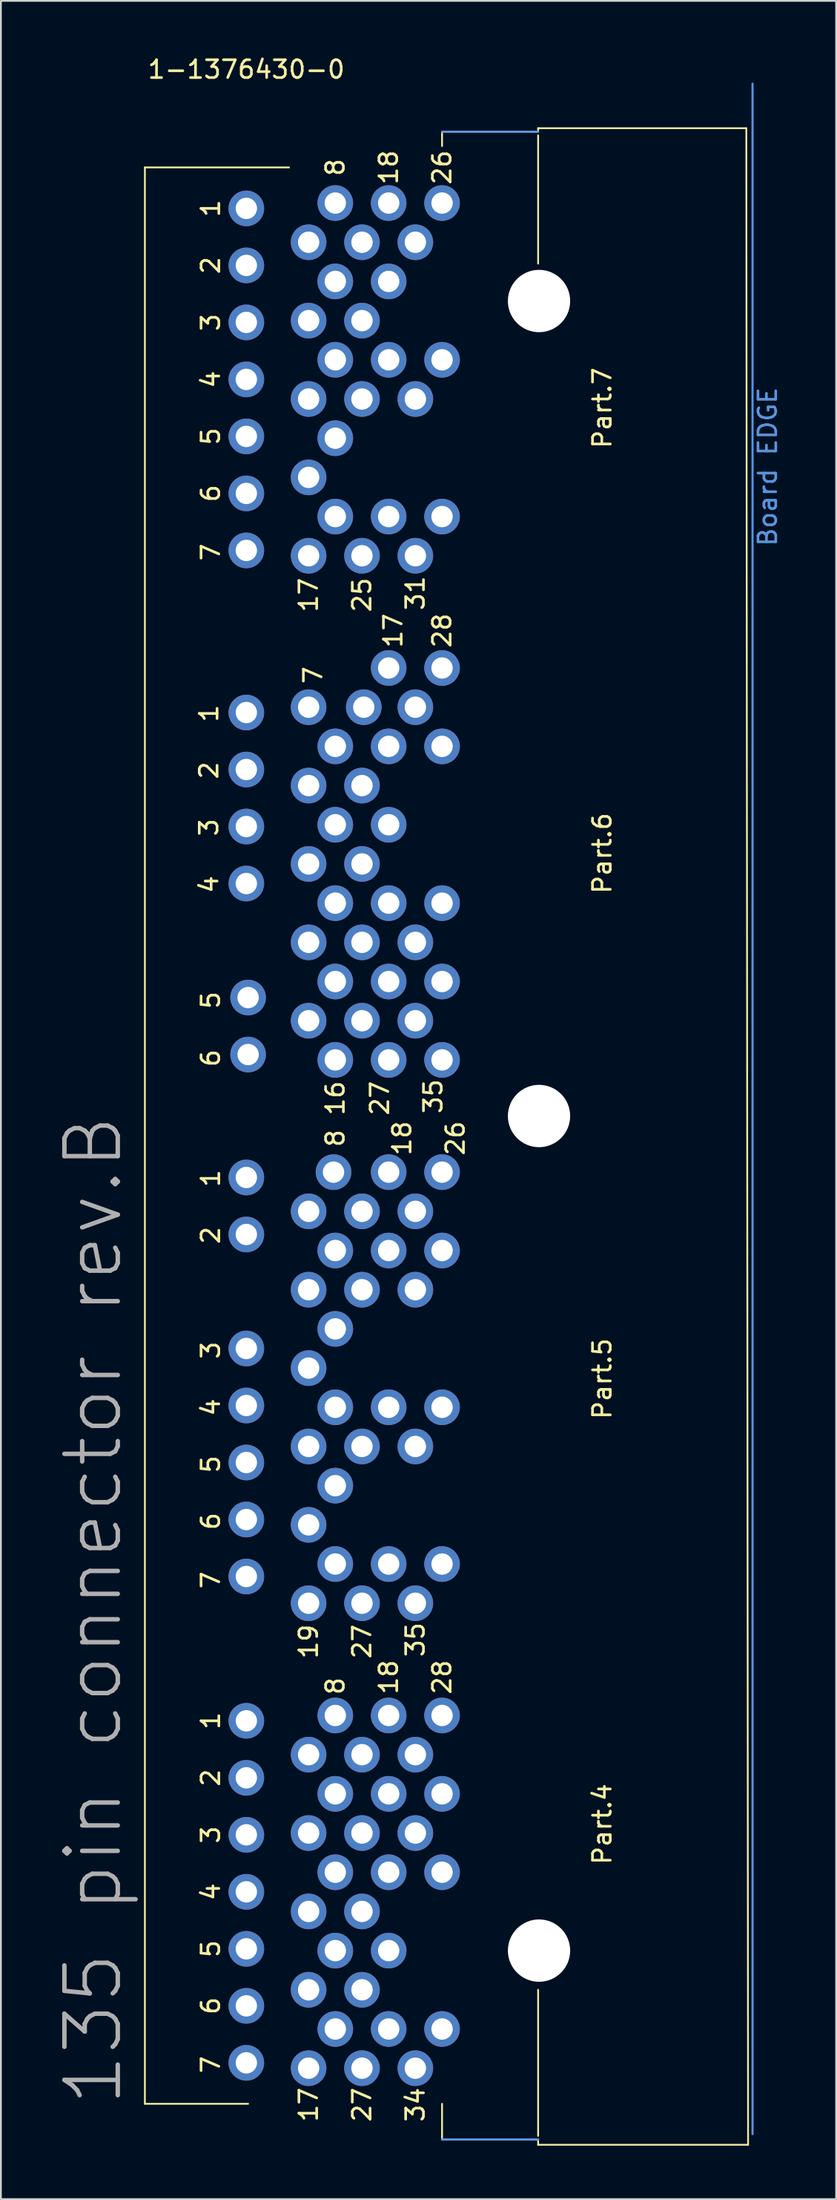
<source format=kicad_pcb>
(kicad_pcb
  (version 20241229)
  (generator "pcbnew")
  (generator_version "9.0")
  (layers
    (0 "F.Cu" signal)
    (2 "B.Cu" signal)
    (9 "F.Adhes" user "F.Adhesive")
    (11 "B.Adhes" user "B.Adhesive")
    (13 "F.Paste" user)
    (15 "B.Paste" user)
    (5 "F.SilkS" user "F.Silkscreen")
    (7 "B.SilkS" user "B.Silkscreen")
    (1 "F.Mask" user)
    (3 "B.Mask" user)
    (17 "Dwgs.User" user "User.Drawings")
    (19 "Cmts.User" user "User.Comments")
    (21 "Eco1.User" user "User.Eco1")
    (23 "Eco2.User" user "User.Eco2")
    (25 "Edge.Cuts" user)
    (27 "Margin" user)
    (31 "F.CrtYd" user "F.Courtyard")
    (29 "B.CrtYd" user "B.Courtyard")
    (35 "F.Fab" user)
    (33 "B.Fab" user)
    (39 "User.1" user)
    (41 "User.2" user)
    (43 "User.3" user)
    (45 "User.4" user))
  (footprint "1-1376430-0"
    (layer "F.Cu")
    (at 10.794 8.348)
    (property "Reference" "1-1376430-0" (at 0 -7.5 0) (layer "F.SilkS") (effects (font (size 1 1) (thickness 0.15))))
    (attr through_hole)
    (fp_line (start -5.7 -2) (end -5.7 106.7) (stroke (width 0.1) (type solid)) (layer "F.SilkS"))
    (fp_line (start -5.7 106.7) (end 0.1 106.7) (stroke (width 0.1) (type solid)) (layer "F.SilkS"))
    (fp_line (start 2.4 -2) (end -5.7 -2) (stroke (width 0.1) (type solid)) (layer "F.SilkS"))
    (fp_line (start 11 -4) (end 16.4 -4) (stroke (width 0.1) (type solid)) (layer "F.SilkS"))
    (fp_line (start 11 -3.2) (end 11 -4) (stroke (width 0.1) (type solid)) (layer "F.SilkS"))
    (fp_line (start 11 106.7) (end 11 108.7) (stroke (width 0.1) (type solid)) (layer "F.SilkS"))
    (fp_line (start 11 108.7) (end 16.4 108.7) (stroke (width 0.1) (type solid)) (layer "F.SilkS"))
    (fp_line (start 16.4 -4.2) (end 16.4 -4) (stroke (width 0.1) (type solid)) (layer "F.SilkS"))
    (fp_line (start 16.4 -3.8) (end 16.4 3.4) (stroke (width 0.1) (type solid)) (layer "F.SilkS"))
    (fp_line (start 16.4 108.5) (end 16.4 100.3) (stroke (width 0.1) (type solid)) (layer "F.SilkS"))
    (fp_line (start 16.4 108.7) (end 16.4 109) (stroke (width 0.1) (type solid)) (layer "F.SilkS"))
    (fp_line (start 16.4 109) (end 28.2 109) (stroke (width 0.1) (type solid)) (layer "F.SilkS"))
    (fp_line (start 28.1 -4.2) (end 16.4 -4.2) (stroke (width 0.1) (type solid)) (layer "F.SilkS"))
    (fp_line (start 28.2 109) (end 28.1 -4.2) (stroke (width 0.1) (type solid)) (layer "F.SilkS"))
    (fp_line (start 11 -4) (end 16.4 -4) (stroke (width 0.12) (type solid)) (layer "Cmts.User"))
    (fp_line (start 11 108.7) (end 16.4 108.7) (stroke (width 0.12) (type solid)) (layer "Cmts.User"))
    (fp_line (start 28.45 -6.7) (end 28.45 108.4) (stroke (width 0.12) (type solid)) (layer "Cmts.User"))
    (fp_text user "35" (at 9.5 80.65 90) (layer "F.SilkS") (effects (font (size 1 1) (thickness 0.15))))
    (fp_text user "8" (at 5 52.5 90) (layer "F.SilkS") (effects (font (size 1 1) (thickness 0.15))))
    (fp_text user "6" (at -2 101.2 90) (layer "F.SilkS") (effects (font (size 1 1) (thickness 0.15))))
    (fp_text user "18" (at 8 -2 90) (layer "F.SilkS") (effects (font (size 1 1) (thickness 0.15))))
    (fp_text user "6" (at -2 74 90) (layer "F.SilkS") (effects (font (size 1 1) (thickness 0.15))))
    (fp_text user "7" (at 3.75 26.5 90) (layer "F.SilkS") (effects (font (size 1 1) (thickness 0.15))))
    (fp_text user "17" (at 3.5 22 90) (layer "F.SilkS") (effects (font (size 1 1) (thickness 0.15))))
    (fp_text user "1" (at -2.1 28.65 90) (layer "F.SilkS") (effects (font (size 1 1) (thickness 0.15))))
    (fp_text user "5" (at -2 44.75 90) (layer "F.SilkS") (effects (font (size 1 1) (thickness 0.15))))
    (fp_text user "1" (at -2 85.2 90) (layer "F.SilkS") (effects (font (size 1 1) (thickness 0.15))))
    (fp_text user "5" (at -2 70.8 90) (layer "F.SilkS") (effects (font (size 1 1) (thickness 0.15))))
    (fp_text user "27" (at 7.5 50.25 90) (layer "F.SilkS") (effects (font (size 1 1) (thickness 0.15))))
    (fp_text user "3" (at -2 6.7 90) (layer "F.SilkS") (effects (font (size 1 1) (thickness 0.15))))
    (fp_text user "3" (at -2.1 35.05 90) (layer "F.SilkS") (effects (font (size 1 1) (thickness 0.15))))
    (fp_text user "Part.7" (at 20 11.5 90) (layer "F.SilkS") (effects (font (size 1 1) (thickness 0.15))))
    (fp_text user "3" (at -2 91.6 90) (layer "F.SilkS") (effects (font (size 1 1) (thickness 0.15))))
    (fp_text user "8" (at 5 -2 90) (layer "F.SilkS") (effects (font (size 1 1) (thickness 0.15))))
    (fp_text user "4" (at -2 67.6 90) (layer "F.SilkS") (effects (font (size 1 1) (thickness 0.15))))
    (fp_text user "8" (at 5 83.25 90) (layer "F.SilkS") (effects (font (size 1 1) (thickness 0.15))))
    (fp_text user "18" (at 8.75 52.5 90) (layer "F.SilkS") (effects (font (size 1 1) (thickness 0.15))))
    (fp_text user "2" (at -2 3.5 90) (layer "F.SilkS") (effects (font (size 1 1) (thickness 0.15))))
    (fp_text user "27" (at 6.5 106.75 90) (layer "F.SilkS") (effects (font (size 1 1) (thickness 0.15))))
    (fp_text user "Part.4" (at 20 91 90) (layer "F.SilkS") (effects (font (size 1 1) (thickness 0.15))))
    (fp_text user "5" (at -2 13.1 90) (layer "F.SilkS") (effects (font (size 1 1) (thickness 0.15))))
    (fp_text user "4" (at -2 94.8 90) (layer "F.SilkS") (effects (font (size 1 1) (thickness 0.15))))
    (fp_text user "17" (at 8.25 24 90) (layer "F.SilkS") (effects (font (size 1 1) (thickness 0.15))))
    (fp_text user "5" (at -2 98 90) (layer "F.SilkS") (effects (font (size 1 1) (thickness 0.15))))
    (fp_text user "28" (at 11 82.75 90) (layer "F.SilkS") (effects (font (size 1 1) (thickness 0.15))))
    (fp_text user "4" (at -2 9.9 90) (layer "F.SilkS") (effects (font (size 1 1) (thickness 0.15))))
    (fp_text user "7" (at -2 104.5 90) (layer "F.SilkS") (effects (font (size 1 1) (thickness 0.15))))
    (fp_text user "34" (at 9.5 106.75 90) (layer "F.SilkS") (effects (font (size 1 1) (thickness 0.15))))
    (fp_text user "18" (at 8 82.75 90) (layer "F.SilkS") (effects (font (size 1 1) (thickness 0.15))))
    (fp_text user "6" (at -2 48 90) (layer "F.SilkS") (effects (font (size 1 1) (thickness 0.15))))
    (fp_text user "26" (at 11 -2 90) (layer "F.SilkS") (effects (font (size 1 1) (thickness 0.15))))
    (fp_text user "35" (at 10.5 50.15 90) (layer "F.SilkS") (effects (font (size 1 1) (thickness 0.15))))
    (fp_text user "19" (at 3.5 80.75 90) (layer "F.SilkS") (effects (font (size 1 1) (thickness 0.15))))
    (fp_text user "1" (at -2 0.3 90) (layer "F.SilkS") (effects (font (size 1 1) (thickness 0.15))))
    (fp_text user "31" (at 9.5 21.9 90) (layer "F.SilkS") (effects (font (size 1 1) (thickness 0.15))))
    (fp_text user "16" (at 5 50.25 90) (layer "F.SilkS") (effects (font (size 1 1) (thickness 0.15))))
    (fp_text user "6" (at -2 16.3 90) (layer "F.SilkS") (effects (font (size 1 1) (thickness 0.15))))
    (fp_text user "7" (at -2 19.6 90) (layer "F.SilkS") (effects (font (size 1 1) (thickness 0.15))))
    (fp_text user "17" (at 3.5 106.75 90) (layer "F.SilkS") (effects (font (size 1 1) (thickness 0.15))))
    (fp_text user "25" (at 6.5 22 90) (layer "F.SilkS") (effects (font (size 1 1) (thickness 0.15))))
    (fp_text user "27" (at 6.5 80.75 90) (layer "F.SilkS") (effects (font (size 1 1) (thickness 0.15))))
    (fp_text user "7" (at -2 77.3 90) (layer "F.SilkS") (effects (font (size 1 1) (thickness 0.15))))
    (fp_text user "2" (at -2 88.4 90) (layer "F.SilkS") (effects (font (size 1 1) (thickness 0.15))))
    (fp_text user "Part.6" (at 20 36.5 90) (layer "F.SilkS") (effects (font (size 1 1) (thickness 0.15))))
    (fp_text user "4" (at -2.1 38.25 90) (layer "F.SilkS") (effects (font (size 1 1) (thickness 0.15))))
    (fp_text user "Part.5" (at 20 66 90) (layer "F.SilkS") (effects (font (size 1 1) (thickness 0.15))))
    (fp_text user "3" (at -2 64.4 90) (layer "F.SilkS") (effects (font (size 1 1) (thickness 0.15))))
    (fp_text user "2" (at -2 57.95 90) (layer "F.SilkS") (effects (font (size 1 1) (thickness 0.15))))
    (fp_text user "2" (at -2.1 31.85 90) (layer "F.SilkS") (effects (font (size 1 1) (thickness 0.15))))
    (fp_text user "1" (at -2 54.75 90) (layer "F.SilkS") (effects (font (size 1 1) (thickness 0.15))))
    (fp_text user "28" (at 11 24 90) (layer "F.SilkS") (effects (font (size 1 1) (thickness 0.15))))
    (fp_text user "26" (at 11.75 52.5 90) (layer "F.SilkS") (effects (font (size 1 1) (thickness 0.15))))
    (fp_text user "Board EDGE" (at 29.3 14.8 90) (layer "Cmts.User") (effects (font (size 1 1) (thickness 0.15))))
    (fp_text user "135 pin connector rev.B" (at -8.6 79 90) (layer "F.Fab") (effects (font (size 3 3) (thickness 0.25))))
    (pad "" np_thru_hole circle (at 16.45 5.5) (size 3.5 3.5) (drill 3.5) (layers "*.Cu" "*.Mask"))
    (pad "" np_thru_hole circle (at 16.45 51.25) (size 3.5 3.5) (drill 3.5) (layers "*.Cu" "*.Mask"))
    (pad "" np_thru_hole circle (at 16.45 98.1) (size 3.5 3.5) (drill 3.5) (layers "*.Cu" "*.Mask"))
    (pad "4-1" thru_hole circle (at 0 85.2) (size 2 2) (drill 1.2) (layers "*.Cu" "*.Mask"))
    (pad "4-2" thru_hole circle (at 0 88.4) (size 2 2) (drill 1.2) (layers "*.Cu" "*.Mask"))
    (pad "4-3" thru_hole circle (at 0 91.6) (size 2 2) (drill 1.2) (layers "*.Cu" "*.Mask"))
    (pad "4-4" thru_hole circle (at 0 94.8) (size 2 2) (drill 1.2) (layers "*.Cu" "*.Mask"))
    (pad "4-5" thru_hole circle (at 0 98) (size 2 2) (drill 1.2) (layers "*.Cu" "*.Mask"))
    (pad "4-6" thru_hole circle (at 0 101.2) (size 2 2) (drill 1.2) (layers "*.Cu" "*.Mask"))
    (pad "4-7" thru_hole circle (at 0 104.4) (size 2 2) (drill 1.2) (layers "*.Cu" "*.Mask"))
    (pad "4-8" thru_hole circle (at 5 84.9) (size 2 2) (drill 1.2) (layers "*.Cu" "*.Mask"))
    (pad "4-9" thru_hole circle (at 3.5 87.1) (size 2 2) (drill 1.2) (layers "*.Cu" "*.Mask"))
    (pad "4-10" thru_hole circle (at 5 89.3) (size 2 2) (drill 1.2) (layers "*.Cu" "*.Mask"))
    (pad "4-11" thru_hole circle (at 3.5 91.5) (size 2 2) (drill 1.2) (layers "*.Cu" "*.Mask"))
    (pad "4-12" thru_hole circle (at 5 93.7) (size 2 2) (drill 1.2) (layers "*.Cu" "*.Mask"))
    (pad "4-13" thru_hole circle (at 3.5 95.9) (size 2 2) (drill 1.2) (layers "*.Cu" "*.Mask"))
    (pad "4-14" thru_hole circle (at 5 98.1) (size 2 2) (drill 1.2) (layers "*.Cu" "*.Mask"))
    (pad "4-15" thru_hole circle (at 3.5 100.3) (size 2 2) (drill 1.2) (layers "*.Cu" "*.Mask"))
    (pad "4-16" thru_hole circle (at 5 102.5) (size 2 2) (drill 1.2) (layers "*.Cu" "*.Mask"))
    (pad "4-17" thru_hole circle (at 3.5 104.7) (size 2 2) (drill 1.2) (layers "*.Cu" "*.Mask"))
    (pad "4-18" thru_hole circle (at 8 84.9) (size 2 2) (drill 1.2) (layers "*.Cu" "*.Mask"))
    (pad "4-19" thru_hole circle (at 6.5 87.1) (size 2 2) (drill 1.2) (layers "*.Cu" "*.Mask"))
    (pad "4-20" thru_hole circle (at 8 89.3) (size 2 2) (drill 1.2) (layers "*.Cu" "*.Mask"))
    (pad "4-21" thru_hole circle (at 6.5 91.5) (size 2 2) (drill 1.2) (layers "*.Cu" "*.Mask"))
    (pad "4-22" thru_hole circle (at 8 93.7) (size 2 2) (drill 1.2) (layers "*.Cu" "*.Mask"))
    (pad "4-23" thru_hole circle (at 6.5 95.9) (size 2 2) (drill 1.2) (layers "*.Cu" "*.Mask"))
    (pad "4-24" thru_hole circle (at 8 98.1) (size 2 2) (drill 1.2) (layers "*.Cu" "*.Mask"))
    (pad "4-25" thru_hole circle (at 6.5 100.3) (size 2 2) (drill 1.2) (layers "*.Cu" "*.Mask"))
    (pad "4-26" thru_hole circle (at 8 102.5) (size 2 2) (drill 1.2) (layers "*.Cu" "*.Mask"))
    (pad "4-27" thru_hole circle (at 6.5 104.7) (size 2 2) (drill 1.2) (layers "*.Cu" "*.Mask"))
    (pad "4-28" thru_hole circle (at 11 84.9) (size 2 2) (drill 1.2) (layers "*.Cu" "*.Mask"))
    (pad "4-29" thru_hole circle (at 9.5 87.1) (size 2 2) (drill 1.2) (layers "*.Cu" "*.Mask"))
    (pad "4-30" thru_hole circle (at 11 89.3) (size 2 2) (drill 1.2) (layers "*.Cu" "*.Mask"))
    (pad "4-31" thru_hole circle (at 9.5 91.5) (size 2 2) (drill 1.2) (layers "*.Cu" "*.Mask"))
    (pad "4-32" thru_hole circle (at 11 93.7) (size 2 2) (drill 1.2) (layers "*.Cu" "*.Mask"))
    (pad "4-33" thru_hole circle (at 11 102.5) (size 2 2) (drill 1.2) (layers "*.Cu" "*.Mask"))
    (pad "4-34" thru_hole circle (at 9.5 104.7) (size 2 2) (drill 1.2) (layers "*.Cu" "*.Mask"))
    (pad "5-1" thru_hole circle (at 0 54.7) (size 2 2) (drill 1.2) (layers "*.Cu" "*.Mask"))
    (pad "5-2" thru_hole circle (at 0 57.9) (size 2 2) (drill 1.2) (layers "*.Cu" "*.Mask"))
    (pad "5-3" thru_hole circle (at 0 64.3) (size 2 2) (drill 1.2) (layers "*.Cu" "*.Mask"))
    (pad "5-4" thru_hole circle (at 0 67.5) (size 2 2) (drill 1.2) (layers "*.Cu" "*.Mask"))
    (pad "5-5" thru_hole circle (at 0 70.7) (size 2 2) (drill 1.2) (layers "*.Cu" "*.Mask"))
    (pad "5-6" thru_hole circle (at 0 73.9) (size 2 2) (drill 1.2) (layers "*.Cu" "*.Mask"))
    (pad "5-7" thru_hole circle (at 0 77.1) (size 2 2) (drill 1.2) (layers "*.Cu" "*.Mask"))
    (pad "5-8" thru_hole circle (at 4.9 54.4) (size 2 2) (drill 1.2) (layers "*.Cu" "*.Mask"))
    (pad "5-9" thru_hole circle (at 3.5 56.6) (size 2 2) (drill 1.2) (layers "*.Cu" "*.Mask"))
    (pad "5-10" thru_hole circle (at 5 58.8) (size 2 2) (drill 1.2) (layers "*.Cu" "*.Mask"))
    (pad "5-11" thru_hole circle (at 3.5 61) (size 2 2) (drill 1.2) (layers "*.Cu" "*.Mask"))
    (pad "5-12" thru_hole circle (at 5 63.2) (size 2 2) (drill 1.2) (layers "*.Cu" "*.Mask"))
    (pad "5-13" thru_hole circle (at 3.5 65.4) (size 2 2) (drill 1.2) (layers "*.Cu" "*.Mask"))
    (pad "5-14" thru_hole circle (at 5 67.6) (size 2 2) (drill 1.2) (layers "*.Cu" "*.Mask"))
    (pad "5-15" thru_hole circle (at 3.5 69.8) (size 2 2) (drill 1.2) (layers "*.Cu" "*.Mask"))
    (pad "5-16" thru_hole circle (at 5 72) (size 2 2) (drill 1.2) (layers "*.Cu" "*.Mask"))
    (pad "5-17" thru_hole circle (at 3.5 74.2) (size 2 2) (drill 1.2) (layers "*.Cu" "*.Mask"))
    (pad "5-18" thru_hole circle (at 5 76.4) (size 2 2) (drill 1.2) (layers "*.Cu" "*.Mask"))
    (pad "5-19" thru_hole circle (at 3.5 78.6) (size 2 2) (drill 1.2) (layers "*.Cu" "*.Mask"))
    (pad "5-20" thru_hole circle (at 8 54.4) (size 2 2) (drill 1.2) (layers "*.Cu" "*.Mask"))
    (pad "5-21" thru_hole circle (at 6.5 56.6) (size 2 2) (drill 1.2) (layers "*.Cu" "*.Mask"))
    (pad "5-22" thru_hole circle (at 8 58.8) (size 2 2) (drill 1.2) (layers "*.Cu" "*.Mask"))
    (pad "5-23" thru_hole circle (at 6.5 61) (size 2 2) (drill 1.2) (layers "*.Cu" "*.Mask"))
    (pad "5-24" thru_hole circle (at 8 67.6) (size 2 2) (drill 1.2) (layers "*.Cu" "*.Mask"))
    (pad "5-25" thru_hole circle (at 6.5 69.8) (size 2 2) (drill 1.2) (layers "*.Cu" "*.Mask"))
    (pad "5-26" thru_hole circle (at 8 76.4) (size 2 2) (drill 1.2) (layers "*.Cu" "*.Mask"))
    (pad "5-27" thru_hole circle (at 6.5 78.6) (size 2 2) (drill 1.2) (layers "*.Cu" "*.Mask"))
    (pad "5-28" thru_hole circle (at 11 54.4) (size 2 2) (drill 1.2) (layers "*.Cu" "*.Mask"))
    (pad "5-29" thru_hole circle (at 9.5 56.6) (size 2 2) (drill 1.2) (layers "*.Cu" "*.Mask"))
    (pad "5-30" thru_hole circle (at 11 58.8) (size 2 2) (drill 1.2) (layers "*.Cu" "*.Mask"))
    (pad "5-31" thru_hole circle (at 9.5 61) (size 2 2) (drill 1.2) (layers "*.Cu" "*.Mask"))
    (pad "5-32" thru_hole circle (at 11 67.6) (size 2 2) (drill 1.2) (layers "*.Cu" "*.Mask"))
    (pad "5-33" thru_hole circle (at 9.5 69.8) (size 2 2) (drill 1.2) (layers "*.Cu" "*.Mask"))
    (pad "5-34" thru_hole circle (at 11 76.4) (size 2 2) (drill 1.2) (layers "*.Cu" "*.Mask"))
    (pad "5-35" thru_hole circle (at 9.5 78.6) (size 2 2) (drill 1.2) (layers "*.Cu" "*.Mask"))
    (pad "6-1" thru_hole circle (at 0 28.6) (size 2 2) (drill 1.2) (layers "*.Cu" "*.Mask"))
    (pad "6-2" thru_hole circle (at 0 31.8) (size 2 2) (drill 1.2) (layers "*.Cu" "*.Mask"))
    (pad "6-3" thru_hole circle (at 0 35) (size 2 2) (drill 1.2) (layers "*.Cu" "*.Mask"))
    (pad "6-4" thru_hole circle (at 0 38.2) (size 2 2) (drill 1.2) (layers "*.Cu" "*.Mask"))
    (pad "6-5" thru_hole circle (at 0.1 44.6) (size 2 2) (drill 1.2) (layers "*.Cu" "*.Mask"))
    (pad "6-6" thru_hole circle (at 0.1 47.8) (size 2 2) (drill 1.2) (layers "*.Cu" "*.Mask"))
    (pad "6-7" thru_hole circle (at 3.5 28.3) (size 2 2) (drill 1.2) (layers "*.Cu" "*.Mask"))
    (pad "6-8" thru_hole circle (at 5 30.5) (size 2 2) (drill 1.2) (layers "*.Cu" "*.Mask"))
    (pad "6-9" thru_hole circle (at 3.5 32.7) (size 2 2) (drill 1.2) (layers "*.Cu" "*.Mask"))
    (pad "6-10" thru_hole circle (at 5 34.9) (size 2 2) (drill 1.2) (layers "*.Cu" "*.Mask"))
    (pad "6-11" thru_hole circle (at 3.5 37.1) (size 2 2) (drill 1.2) (layers "*.Cu" "*.Mask"))
    (pad "6-12" thru_hole circle (at 5 39.3) (size 2 2) (drill 1.2) (layers "*.Cu" "*.Mask"))
    (pad "6-13" thru_hole circle (at 3.5 41.5) (size 2 2) (drill 1.2) (layers "*.Cu" "*.Mask"))
    (pad "6-14" thru_hole circle (at 5 43.7) (size 2 2) (drill 1.2) (layers "*.Cu" "*.Mask"))
    (pad "6-15" thru_hole circle (at 3.5 45.9) (size 2 2) (drill 1.2) (layers "*.Cu" "*.Mask"))
    (pad "6-16" thru_hole circle (at 5 48.1) (size 2 2) (drill 1.2) (layers "*.Cu" "*.Mask"))
    (pad "6-17" thru_hole circle (at 8 26.1) (size 2 2) (drill 1.2) (layers "*.Cu" "*.Mask"))
    (pad "6-18" thru_hole circle (at 6.6 28.3) (size 2 2) (drill 1.2) (layers "*.Cu" "*.Mask"))
    (pad "6-19" thru_hole circle (at 8 30.5) (size 2 2) (drill 1.2) (layers "*.Cu" "*.Mask"))
    (pad "6-20" thru_hole circle (at 6.5 32.7) (size 2 2) (drill 1.2) (layers "*.Cu" "*.Mask"))
    (pad "6-21" thru_hole circle (at 8 34.9) (size 2 2) (drill 1.2) (layers "*.Cu" "*.Mask"))
    (pad "6-22" thru_hole circle (at 6.5 37.1) (size 2 2) (drill 1.2) (layers "*.Cu" "*.Mask"))
    (pad "6-23" thru_hole circle (at 8 39.3) (size 2 2) (drill 1.2) (layers "*.Cu" "*.Mask"))
    (pad "6-24" thru_hole circle (at 6.5 41.5) (size 2 2) (drill 1.2) (layers "*.Cu" "*.Mask"))
    (pad "6-25" thru_hole circle (at 8 43.7) (size 2 2) (drill 1.2) (layers "*.Cu" "*.Mask"))
    (pad "6-26" thru_hole circle (at 6.5 45.9) (size 2 2) (drill 1.2) (layers "*.Cu" "*.Mask"))
    (pad "6-27" thru_hole circle (at 8 48.1) (size 2 2) (drill 1.2) (layers "*.Cu" "*.Mask"))
    (pad "6-28" thru_hole circle (at 11 26.1) (size 2 2) (drill 1.2) (layers "*.Cu" "*.Mask"))
    (pad "6-29" thru_hole circle (at 9.5 28.3) (size 2 2) (drill 1.2) (layers "*.Cu" "*.Mask"))
    (pad "6-30" thru_hole circle (at 11 30.5) (size 2 2) (drill 1.2) (layers "*.Cu" "*.Mask"))
    (pad "6-31" thru_hole circle (at 11 39.3) (size 2 2) (drill 1.2) (layers "*.Cu" "*.Mask"))
    (pad "6-32" thru_hole circle (at 9.5 41.5) (size 2 2) (drill 1.2) (layers "*.Cu" "*.Mask"))
    (pad "6-33" thru_hole circle (at 11 43.7) (size 2 2) (drill 1.2) (layers "*.Cu" "*.Mask"))
    (pad "6-34" thru_hole circle (at 9.5 45.9) (size 2 2) (drill 1.2) (layers "*.Cu" "*.Mask"))
    (pad "6-35" thru_hole circle (at 11 48.1) (size 2 2) (drill 1.2) (layers "*.Cu" "*.Mask"))
    (pad "7-1" thru_hole circle (at 0 0.3) (size 2 2) (drill 1.2) (layers "*.Cu" "*.Mask"))
    (pad "7-2" thru_hole circle (at 0 3.5) (size 2 2) (drill 1.2) (layers "*.Cu" "*.Mask"))
    (pad "7-3" thru_hole circle (at 0 6.7) (size 2 2) (drill 1.2) (layers "*.Cu" "*.Mask"))
    (pad "7-4" thru_hole circle (at 0 9.9) (size 2 2) (drill 1.2) (layers "*.Cu" "*.Mask"))
    (pad "7-5" thru_hole circle (at 0 13.1) (size 2 2) (drill 1.2) (layers "*.Cu" "*.Mask"))
    (pad "7-6" thru_hole circle (at 0 16.3) (size 2 2) (drill 1.2) (layers "*.Cu" "*.Mask"))
    (pad "7-7" thru_hole circle (at 0 19.5) (size 2 2) (drill 1.2) (layers "*.Cu" "*.Mask"))
    (pad "7-8" thru_hole circle (at 5 0) (size 2 2) (drill 1.2) (layers "*.Cu" "*.Mask"))
    (pad "7-9" thru_hole circle (at 3.5 2.2) (size 2 2) (drill 1.2) (layers "*.Cu" "*.Mask"))
    (pad "7-10" thru_hole circle (at 5 4.4) (size 2 2) (drill 1.2) (layers "*.Cu" "*.Mask"))
    (pad "7-11" thru_hole circle (at 3.5 6.6) (size 2 2) (drill 1.2) (layers "*.Cu" "*.Mask"))
    (pad "7-12" thru_hole circle (at 5 8.8) (size 2 2) (drill 1.2) (layers "*.Cu" "*.Mask"))
    (pad "7-13" thru_hole circle (at 3.5 11) (size 2 2) (drill 1.2) (layers "*.Cu" "*.Mask"))
    (pad "7-14" thru_hole circle (at 5 13.2) (size 2 2) (drill 1.2) (layers "*.Cu" "*.Mask"))
    (pad "7-15" thru_hole circle (at 3.5 15.4) (size 2 2) (drill 1.2) (layers "*.Cu" "*.Mask"))
    (pad "7-16" thru_hole circle (at 5 17.6) (size 2 2) (drill 1.2) (layers "*.Cu" "*.Mask"))
    (pad "7-17" thru_hole circle (at 3.5 19.8) (size 2 2) (drill 1.2) (layers "*.Cu" "*.Mask"))
    (pad "7-18" thru_hole circle (at 8 0) (size 2 2) (drill 1.2) (layers "*.Cu" "*.Mask"))
    (pad "7-19" thru_hole circle (at 6.5 2.2) (size 2 2) (drill 1.2) (layers "*.Cu" "*.Mask"))
    (pad "7-20" thru_hole circle (at 8 4.4) (size 2 2) (drill 1.2) (layers "*.Cu" "*.Mask"))
    (pad "7-21" thru_hole circle (at 6.5 6.6) (size 2 2) (drill 1.2) (layers "*.Cu" "*.Mask"))
    (pad "7-22" thru_hole circle (at 8 8.8) (size 2 2) (drill 1.2) (layers "*.Cu" "*.Mask"))
    (pad "7-23" thru_hole circle (at 6.5 11) (size 2 2) (drill 1.2) (layers "*.Cu" "*.Mask"))
    (pad "7-24" thru_hole circle (at 8 17.6) (size 2 2) (drill 1.2) (layers "*.Cu" "*.Mask"))
    (pad "7-25" thru_hole circle (at 6.5 19.8) (size 2 2) (drill 1.2) (layers "*.Cu" "*.Mask"))
    (pad "7-26" thru_hole circle (at 11 0) (size 2 2) (drill 1.2) (layers "*.Cu" "*.Mask"))
    (pad "7-27" thru_hole circle (at 9.5 2.2) (size 2 2) (drill 1.2) (layers "*.Cu" "*.Mask"))
    (pad "7-28" thru_hole circle (at 11 8.8) (size 2 2) (drill 1.2) (layers "*.Cu" "*.Mask"))
    (pad "7-29" thru_hole circle (at 9.5 11) (size 2 2) (drill 1.2) (layers "*.Cu" "*.Mask"))
    (pad "7-30" thru_hole circle (at 11 17.6) (size 2 2) (drill 1.2) (layers "*.Cu" "*.Mask"))
    (pad "7-31" thru_hole circle (at 9.5 19.8) (size 2 2) (drill 1.2) (layers "*.Cu" "*.Mask")))
  (gr_rect
    (start -3 -3)
    (end 43.942 120.398)
    (stroke (width 0.1) (type default))
    (fill no)
    (layer "Edge.Cuts")))
</source>
